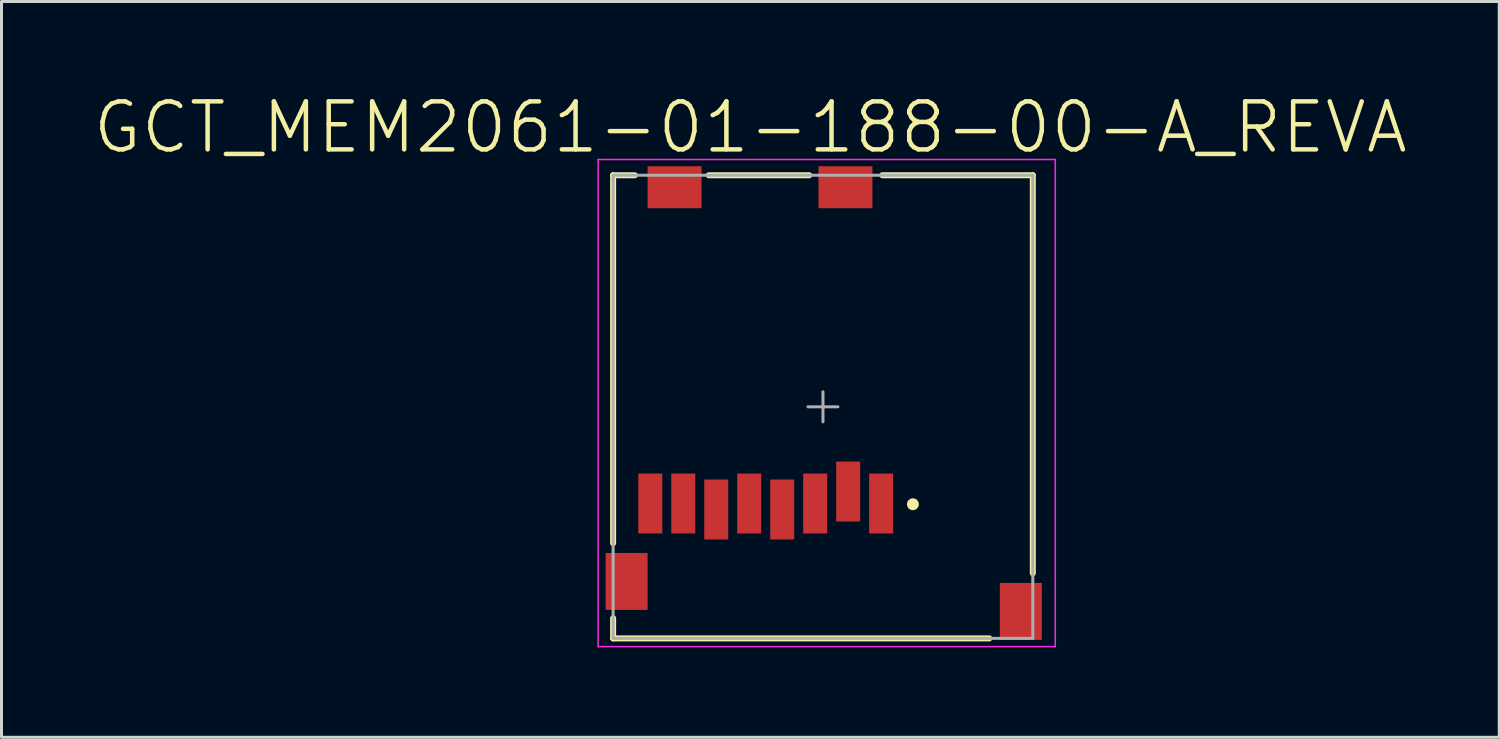
<source format=kicad_pcb>
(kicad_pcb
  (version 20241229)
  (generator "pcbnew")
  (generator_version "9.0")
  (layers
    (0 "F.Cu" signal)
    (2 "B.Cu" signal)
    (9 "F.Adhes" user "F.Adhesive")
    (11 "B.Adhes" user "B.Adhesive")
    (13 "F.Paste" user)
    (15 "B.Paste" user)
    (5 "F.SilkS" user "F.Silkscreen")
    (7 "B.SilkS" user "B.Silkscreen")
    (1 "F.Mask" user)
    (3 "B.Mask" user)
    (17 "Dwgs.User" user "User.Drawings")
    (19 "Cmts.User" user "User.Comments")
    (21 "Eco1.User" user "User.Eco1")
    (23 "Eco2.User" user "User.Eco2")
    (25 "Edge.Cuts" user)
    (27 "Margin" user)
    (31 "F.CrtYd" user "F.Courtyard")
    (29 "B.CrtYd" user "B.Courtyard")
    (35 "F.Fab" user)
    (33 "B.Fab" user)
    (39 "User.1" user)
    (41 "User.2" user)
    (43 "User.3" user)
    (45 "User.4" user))
  (footprint "GCT_MEM2061-01-188-00-A_REVA"
    (layer "F.Cu")
    (at 24.403 10.521)
    (property "Reference" "GCT_MEM2061-01-188-00-A_REVA" (at -2.421 -9.321 0) (layer "F.SilkS") (effects (font (size 1.601 1.601) (thickness 0.15))))
    (attr smd)
    (fp_line (start -7 -7.725) (end -6.274 -7.725) (stroke (width 0.2) (type solid)) (layer "F.SilkS"))
    (fp_line (start -7 4.55) (end -7 -7.725) (stroke (width 0.2) (type solid)) (layer "F.SilkS"))
    (fp_line (start -7 7.725) (end -7 7.05) (stroke (width 0.2) (type solid)) (layer "F.SilkS"))
    (fp_line (start -7 7.725) (end 5.55 7.725) (stroke (width 0.2) (type solid)) (layer "F.SilkS"))
    (fp_line (start -3.81 -7.725) (end -0.457 -7.725) (stroke (width 0.2) (type solid)) (layer "F.SilkS"))
    (fp_line (start 1.981 -7.725) (end 7 -7.725) (stroke (width 0.2) (type solid)) (layer "F.SilkS"))
    (fp_line (start 7 5.55) (end 7 -7.725) (stroke (width 0.2) (type solid)) (layer "F.SilkS"))
    (fp_circle (center 3 3.25) (end 3.1 3.25) (stroke (width 0.2) (type solid)) (fill no) (layer "F.SilkS"))
    (fp_line (start -7.5 -8.25) (end 7.75 -8.25) (stroke (width 0.05) (type solid)) (layer "F.CrtYd"))
    (fp_line (start -7.5 8) (end -7.5 -8.25) (stroke (width 0.05) (type solid)) (layer "F.CrtYd"))
    (fp_line (start 7.75 -8.25) (end 7.75 8) (stroke (width 0.05) (type solid)) (layer "F.CrtYd"))
    (fp_line (start 7.75 8) (end -7.5 8) (stroke (width 0.05) (type solid)) (layer "F.CrtYd"))
    (fp_line (start -7 -7.725) (end 7 -7.725) (stroke (width 0.1) (type solid)) (layer "F.Fab"))
    (fp_line (start -7 7.725) (end -7 -7.725) (stroke (width 0.1) (type solid)) (layer "F.Fab"))
    (fp_line (start -7 7.725) (end 7 7.725) (stroke (width 0.1) (type solid)) (layer "F.Fab"))
    (fp_line (start -0.5 0) (end 0.5 0) (stroke (width 0.1) (type solid)) (layer "F.Fab"))
    (fp_line (start 0 0.5) (end 0 -0.5) (stroke (width 0.1) (type solid)) (layer "F.Fab"))
    (fp_line (start 7 7.725) (end 7 -7.725) (stroke (width 0.1) (type solid)) (layer "F.Fab"))
    (pad "1" smd rect (at 1.94 3.225) (size 0.8 2) (layers "F.Cu" "F.Mask" "F.Paste"))
    (pad "2" smd rect (at 0.84 2.825) (size 0.8 2) (layers "F.Cu" "F.Mask" "F.Paste"))
    (pad "3" smd rect (at -0.26 3.225) (size 0.8 2) (layers "F.Cu" "F.Mask" "F.Paste"))
    (pad "4" smd rect (at -1.36 3.425) (size 0.8 2) (layers "F.Cu" "F.Mask" "F.Paste"))
    (pad "5" smd rect (at -2.46 3.225) (size 0.8 2) (layers "F.Cu" "F.Mask" "F.Paste"))
    (pad "6" smd rect (at -3.56 3.425) (size 0.8 2) (layers "F.Cu" "F.Mask" "F.Paste"))
    (pad "7" smd rect (at -4.66 3.225) (size 0.8 2) (layers "F.Cu" "F.Mask" "F.Paste"))
    (pad "8" smd rect (at -5.76 3.225) (size 0.8 2) (layers "F.Cu" "F.Mask" "F.Paste"))
    (pad "9" smd rect (at -4.95 -7.325) (size 1.8 1.4) (layers "F.Cu" "F.Mask" "F.Paste"))
    (pad "10" smd rect (at 0.75 -7.325) (size 1.8 1.4) (layers "F.Cu" "F.Mask" "F.Paste"))
    (pad "11" smd rect (at -6.55 5.825) (size 1.4 1.9) (layers "F.Cu" "F.Mask" "F.Paste"))
    (pad "12" smd rect (at 6.6 6.825) (size 1.4 1.9) (layers "F.Cu" "F.Mask" "F.Paste"))
    (zone (net_name "") (layer "F.Cu") (hatch full 0.508) (connect_pads) (min_thickness 0.01) (filled_areas_thickness no) (keepout (tracks not_allowed) (vias not_allowed) (pads not_allowed) (copperpour not_allowed) (footprints allowed)) (placement (enabled no)) (fill) (polygon (pts (xy 17.392 5.346) (xy 27.773 5.346) (xy 27.773 7.421) (xy 17.392 7.421)))))
  (gr_rect
    (start -3 -3)
    (end 46.963 21.546)
    (stroke (width 0.1) (type default))
    (fill no)
    (layer "Edge.Cuts")))
</source>
